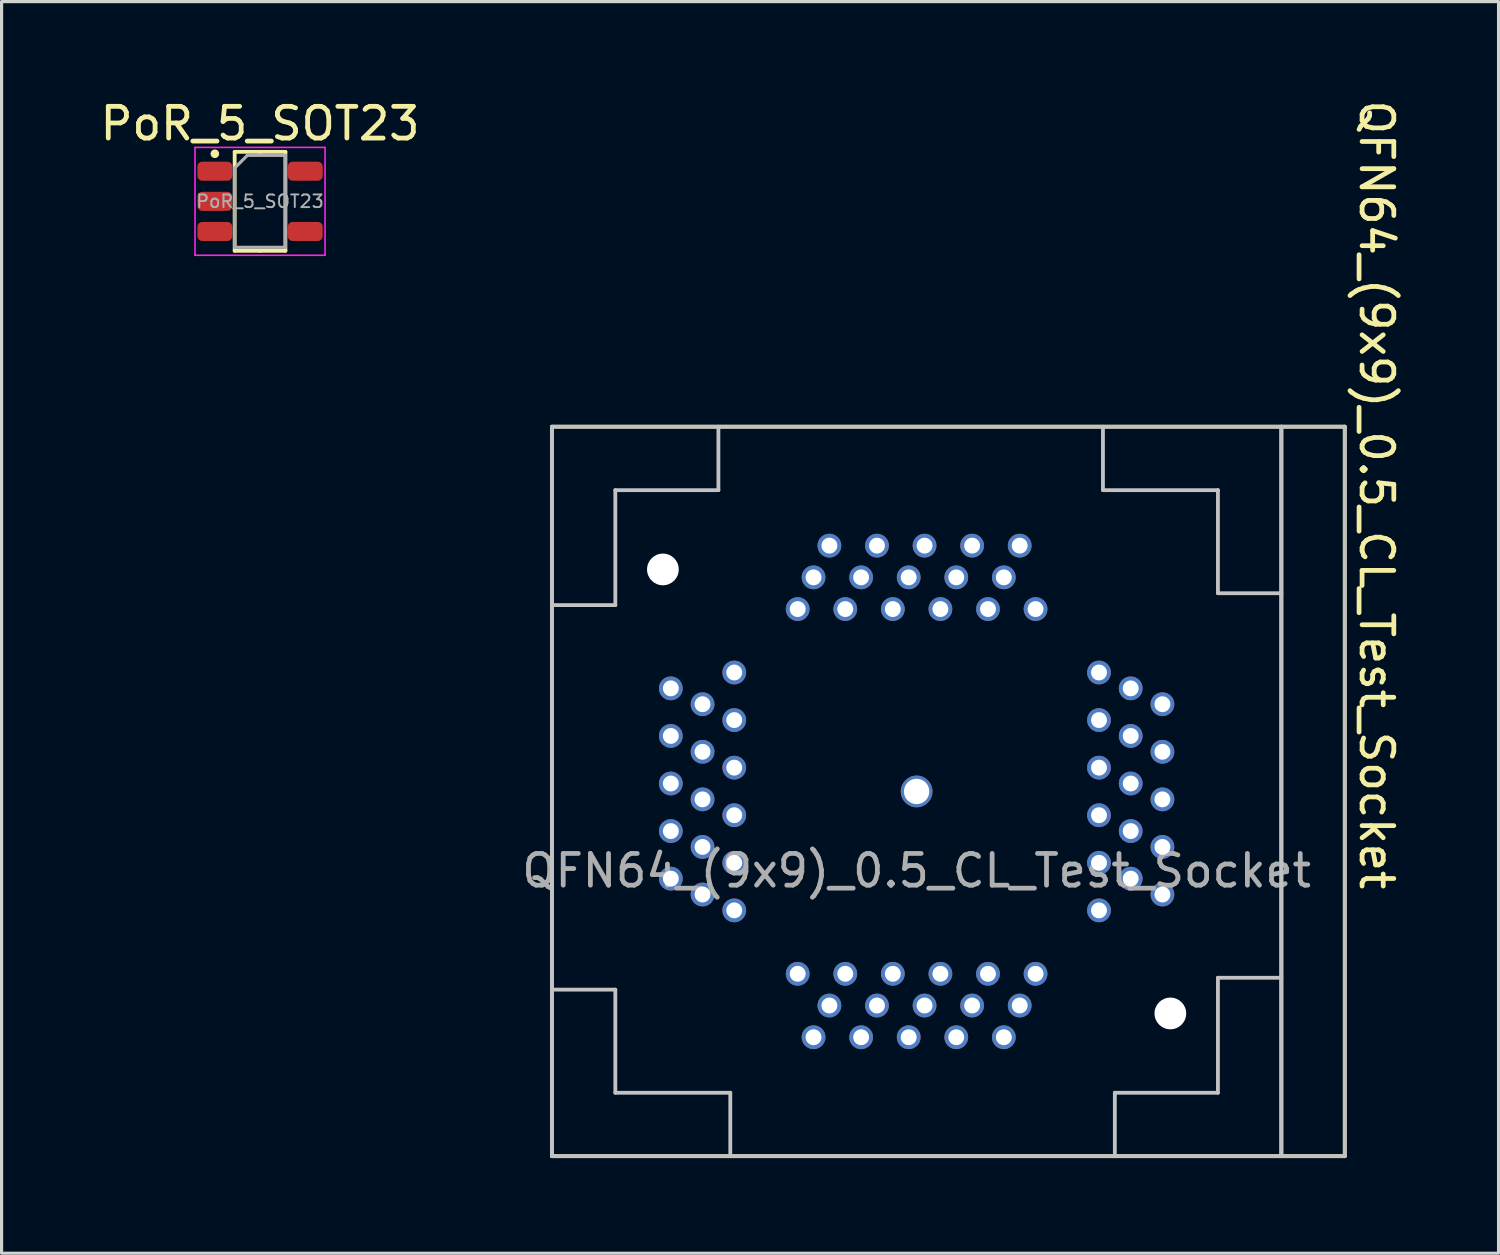
<source format=kicad_pcb>
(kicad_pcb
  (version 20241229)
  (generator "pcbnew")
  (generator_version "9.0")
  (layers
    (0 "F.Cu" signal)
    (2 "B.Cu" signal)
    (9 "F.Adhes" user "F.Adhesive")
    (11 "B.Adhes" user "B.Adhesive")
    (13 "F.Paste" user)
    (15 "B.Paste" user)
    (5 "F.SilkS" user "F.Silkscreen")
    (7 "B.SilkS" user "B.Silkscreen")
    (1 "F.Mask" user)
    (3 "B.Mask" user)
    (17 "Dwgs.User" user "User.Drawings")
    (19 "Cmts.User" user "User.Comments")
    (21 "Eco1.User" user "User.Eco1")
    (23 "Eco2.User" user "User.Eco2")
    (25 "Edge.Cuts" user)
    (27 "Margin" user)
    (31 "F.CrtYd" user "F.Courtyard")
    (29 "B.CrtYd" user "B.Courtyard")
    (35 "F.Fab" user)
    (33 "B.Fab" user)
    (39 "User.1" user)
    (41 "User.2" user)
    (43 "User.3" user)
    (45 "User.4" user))
  (footprint "PoR_5_SOT23"
    (layer "F.Cu")
    (at 5.149 3.298)
    (property "Reference" "PoR_5_SOT23" (at 0 -2.45 0) (layer "F.SilkS") (effects (font (size 1 1) (thickness 0.15))))
    (attr smd)
    (fp_line (start -0.8 -1.56) (end -0.8 1.56) (stroke (width 0.12) (type solid)) (layer "F.SilkS"))
    (fp_line (start 0 -1.56) (end 0.8 -1.56) (stroke (width 0.12) (type solid)) (layer "F.SilkS"))
    (fp_line (start 0 1.56) (end -0.8 1.56) (stroke (width 0.12) (type solid)) (layer "F.SilkS"))
    (fp_line (start 0 1.56) (end 0.8 1.56) (stroke (width 0.12) (type solid)) (layer "F.SilkS"))
    (fp_line (start 0.025 -1.56) (end -0.8 -1.56) (stroke (width 0.12) (type solid)) (layer "F.SilkS"))
    (fp_line (start 0.8 -1.56) (end 0.8 1.56) (stroke (width 0.12) (type solid)) (layer "F.SilkS"))
    (fp_circle (center -1.425 -1.5) (end -1.35 -1.5) (stroke (width 0.12) (type solid)) (fill yes) (layer "F.SilkS"))
    (fp_line (start -2.05 -1.7) (end -2.05 1.7) (stroke (width 0.05) (type solid)) (layer "F.CrtYd"))
    (fp_line (start -2.05 1.7) (end 2.05 1.7) (stroke (width 0.05) (type solid)) (layer "F.CrtYd"))
    (fp_line (start 2.05 -1.7) (end -2.05 -1.7) (stroke (width 0.05) (type solid)) (layer "F.CrtYd"))
    (fp_line (start 2.05 1.7) (end 2.05 -1.7) (stroke (width 0.05) (type solid)) (layer "F.CrtYd"))
    (fp_line (start -0.8 -1.05) (end -0.4 -1.45) (stroke (width 0.1) (type solid)) (layer "F.Fab"))
    (fp_line (start -0.8 1.45) (end -0.8 -1.05) (stroke (width 0.1) (type solid)) (layer "F.Fab"))
    (fp_line (start -0.4 -1.45) (end 0.8 -1.45) (stroke (width 0.1) (type solid)) (layer "F.Fab"))
    (fp_line (start 0.8 -1.45) (end 0.8 1.45) (stroke (width 0.1) (type solid)) (layer "F.Fab"))
    (fp_line (start 0.8 1.45) (end -0.8 1.45) (stroke (width 0.1) (type solid)) (layer "F.Fab"))
    (fp_text user "${REFERENCE}" (at 0 0 0) (layer "F.Fab") (effects (font (size 0.4 0.4) (thickness 0.06))))
    (pad "1" smd roundrect (at -1.425 -0.95) (size 1.1 0.6) (layers "F.Cu" "F.Mask" "F.Paste") (roundrect_rratio 0.25))
    (pad "2" smd roundrect (at -1.425 0) (size 1.1 0.6) (layers "F.Cu" "F.Mask" "F.Paste") (roundrect_rratio 0.25))
    (pad "3" smd roundrect (at -1.425 0.95) (size 1.1 0.6) (layers "F.Cu" "F.Mask" "F.Paste") (roundrect_rratio 0.25))
    (pad "4" smd roundrect (at 1.425 0.95) (size 1.1 0.6) (layers "F.Cu" "F.Mask" "F.Paste") (roundrect_rratio 0.25))
    (pad "5" smd roundrect (at 1.425 -0.95) (size 1.1 0.6) (layers "F.Cu" "F.Mask" "F.Paste") (roundrect_rratio 0.25)))
  (footprint "QFN64_(9x9)_0.5_CL_Test_Socket"
    (layer "F.Cu")
    (at 25.851 21.904)
    (property "Reference" "QFN64_(9x9)_0.5_CL_Test_Socket" (at 14.5 -9.35 270) (unlocked yes) (layer "F.SilkS") (effects (font (size 1 1) (thickness 0.15))))
    (attr through_hole)
    (fp_line (start 11.5 -11.5) (end 13.5 -11.5) (stroke (width 0.12) (type solid)) (layer "F.SilkS"))
    (fp_line (start 13.5 -11.5) (end 13.5 11.5) (stroke (width 0.12) (type solid)) (layer "F.SilkS"))
    (fp_line (start 13.5 11.5) (end 11.5 11.5) (stroke (width 0.12) (type solid)) (layer "F.SilkS"))
    (fp_rect (start -11.5 -11.5) (end 11.5 11.5) (stroke (width 0.12) (type solid)) (fill no) (layer "F.SilkS"))
    (fp_line (start -11.5 -11.5) (end 13.5 -11.5) (stroke (width 0.12) (type solid)) (layer "Dwgs.User"))
    (fp_line (start -11.5 -5.875) (end -9.5 -5.875) (stroke (width 0.12) (type solid)) (layer "Dwgs.User"))
    (fp_line (start -11.5 6.25) (end -9.5 6.25) (stroke (width 0.12) (type solid)) (layer "Dwgs.User"))
    (fp_line (start -11.5 11.5) (end -11.5 -11.5) (stroke (width 0.12) (type solid)) (layer "Dwgs.User"))
    (fp_line (start -11.5 11.5) (end 13.5 11.5) (stroke (width 0.12) (type solid)) (layer "Dwgs.User"))
    (fp_line (start -9.5 -9.5) (end -6.25 -9.5) (stroke (width 0.12) (type solid)) (layer "Dwgs.User"))
    (fp_line (start -9.5 -5.875) (end -9.5 -9.5) (stroke (width 0.12) (type solid)) (layer "Dwgs.User"))
    (fp_line (start -9.5 9.5) (end -9.5 6.25) (stroke (width 0.12) (type solid)) (layer "Dwgs.User"))
    (fp_line (start -6.25 -11.5) (end -6.25 -9.5) (stroke (width 0.12) (type solid)) (layer "Dwgs.User"))
    (fp_line (start -5.875 9.5) (end -9.5 9.5) (stroke (width 0.12) (type solid)) (layer "Dwgs.User"))
    (fp_line (start -5.875 11.5) (end -5.875 9.5) (stroke (width 0.12) (type solid)) (layer "Dwgs.User"))
    (fp_line (start 5.875 -11.5) (end 5.875 -9.5) (stroke (width 0.12) (type solid)) (layer "Dwgs.User"))
    (fp_line (start 5.875 -9.5) (end 9.5 -9.5) (stroke (width 0.12) (type solid)) (layer "Dwgs.User"))
    (fp_line (start 6.25 11.5) (end 6.25 9.5) (stroke (width 0.12) (type solid)) (layer "Dwgs.User"))
    (fp_line (start 9.5 -9.5) (end 9.5 -6.25) (stroke (width 0.12) (type solid)) (layer "Dwgs.User"))
    (fp_line (start 9.5 5.875) (end 9.5 9.5) (stroke (width 0.12) (type solid)) (layer "Dwgs.User"))
    (fp_line (start 9.5 9.5) (end 6.25 9.5) (stroke (width 0.12) (type solid)) (layer "Dwgs.User"))
    (fp_line (start 11.5 -6.25) (end 9.5 -6.25) (stroke (width 0.12) (type solid)) (layer "Dwgs.User"))
    (fp_line (start 11.5 5.875) (end 9.5 5.875) (stroke (width 0.12) (type solid)) (layer "Dwgs.User"))
    (fp_line (start 11.5 11.5) (end 11.5 -11.5) (stroke (width 0.12) (type solid)) (layer "Dwgs.User"))
    (fp_line (start 13.5 11.5) (end 13.5 -11.5) (stroke (width 0.12) (type solid)) (layer "Dwgs.User"))
    (fp_rect (start -11.5 -11.5) (end 13.5 11.5) (stroke (width 0.05) (type solid)) (fill no) (layer "F.CrtYd"))
    (fp_text user "${REFERENCE}" (at 0 2.5 0) (unlocked yes) (layer "F.Fab") (effects (font (size 1 1) (thickness 0.15))))
    (pad "" np_thru_hole circle (at -8 -7) (size 1 1) (drill 1.45) (layers "*.Cu" "*.Mask"))
    (pad "" np_thru_hole circle (at 8 7) (size 1 1) (drill 1.45) (layers "*.Cu" "*.Mask"))
    (pad "1" thru_hole circle (at -5.75 -3.75) (size 0.75 0.75) (drill 0.5) (layers "*.Cu" "*.Mask"))
    (pad "2" thru_hole circle (at -7.75 -3.25) (size 0.75 0.75) (drill 0.5) (layers "*.Cu" "*.Mask"))
    (pad "3" thru_hole circle (at -6.75 -2.75) (size 0.75 0.75) (drill 0.5) (layers "*.Cu" "*.Mask"))
    (pad "4" thru_hole circle (at -5.75 -2.25) (size 0.75 0.75) (drill 0.5) (layers "*.Cu" "*.Mask"))
    (pad "5" thru_hole circle (at -7.75 -1.75) (size 0.75 0.75) (drill 0.5) (layers "*.Cu" "*.Mask"))
    (pad "6" thru_hole circle (at -6.75 -1.25) (size 0.75 0.75) (drill 0.5) (layers "*.Cu" "*.Mask"))
    (pad "7" thru_hole circle (at -5.75 -0.75) (size 0.75 0.75) (drill 0.5) (layers "*.Cu" "*.Mask"))
    (pad "8" thru_hole circle (at -7.75 -0.25) (size 0.75 0.75) (drill 0.5) (layers "*.Cu" "*.Mask"))
    (pad "9" thru_hole circle (at -6.75 0.25) (size 0.75 0.75) (drill 0.5) (layers "*.Cu" "*.Mask"))
    (pad "10" thru_hole circle (at -5.75 0.75) (size 0.75 0.75) (drill 0.5) (layers "*.Cu" "*.Mask"))
    (pad "11" thru_hole circle (at -7.75 1.25) (size 0.75 0.75) (drill 0.5) (layers "*.Cu" "*.Mask"))
    (pad "12" thru_hole circle (at -6.75 1.75) (size 0.75 0.75) (drill 0.5) (layers "*.Cu" "*.Mask"))
    (pad "13" thru_hole circle (at -5.75 2.25) (size 0.75 0.75) (drill 0.5) (layers "*.Cu" "*.Mask"))
    (pad "14" thru_hole circle (at -7.75 2.75) (size 0.75 0.75) (drill 0.5) (layers "*.Cu" "*.Mask"))
    (pad "15" thru_hole circle (at -6.75 3.25) (size 0.75 0.75) (drill 0.5) (layers "*.Cu" "*.Mask"))
    (pad "16" thru_hole circle (at -5.75 3.75) (size 0.75 0.75) (drill 0.5) (layers "*.Cu" "*.Mask"))
    (pad "17" thru_hole circle (at -3.75 5.75) (size 0.75 0.75) (drill 0.5) (layers "*.Cu" "*.Mask"))
    (pad "18" thru_hole circle (at -3.25 7.75) (size 0.75 0.75) (drill 0.5) (layers "*.Cu" "*.Mask"))
    (pad "19" thru_hole circle (at -2.75 6.75) (size 0.75 0.75) (drill 0.5) (layers "*.Cu" "*.Mask"))
    (pad "20" thru_hole circle (at -2.25 5.75) (size 0.75 0.75) (drill 0.5) (layers "*.Cu" "*.Mask"))
    (pad "21" thru_hole circle (at -1.75 7.75) (size 0.75 0.75) (drill 0.5) (layers "*.Cu" "*.Mask"))
    (pad "22" thru_hole circle (at -1.25 6.75) (size 0.75 0.75) (drill 0.5) (layers "*.Cu" "*.Mask"))
    (pad "23" thru_hole circle (at -0.75 5.75) (size 0.75 0.75) (drill 0.5) (layers "*.Cu" "*.Mask"))
    (pad "24" thru_hole circle (at -0.25 7.75) (size 0.75 0.75) (drill 0.5) (layers "*.Cu" "*.Mask"))
    (pad "25" thru_hole circle (at 0.25 6.75) (size 0.75 0.75) (drill 0.5) (layers "*.Cu" "*.Mask"))
    (pad "26" thru_hole circle (at 0.75 5.75) (size 0.75 0.75) (drill 0.5) (layers "*.Cu" "*.Mask"))
    (pad "27" thru_hole circle (at 1.25 7.75) (size 0.75 0.75) (drill 0.5) (layers "*.Cu" "*.Mask"))
    (pad "28" thru_hole circle (at 1.75 6.75) (size 0.75 0.75) (drill 0.5) (layers "*.Cu" "*.Mask"))
    (pad "29" thru_hole circle (at 2.25 5.75) (size 0.75 0.75) (drill 0.5) (layers "*.Cu" "*.Mask"))
    (pad "30" thru_hole circle (at 2.75 7.75) (size 0.75 0.75) (drill 0.5) (layers "*.Cu" "*.Mask"))
    (pad "31" thru_hole circle (at 3.25 6.75) (size 0.75 0.75) (drill 0.5) (layers "*.Cu" "*.Mask"))
    (pad "32" thru_hole circle (at 3.75 5.75) (size 0.75 0.75) (drill 0.5) (layers "*.Cu" "*.Mask"))
    (pad "33" thru_hole circle (at 5.75 3.75) (size 0.75 0.75) (drill 0.5) (layers "*.Cu" "*.Mask"))
    (pad "34" thru_hole circle (at 7.75 3.25) (size 0.75 0.75) (drill 0.5) (layers "*.Cu" "*.Mask"))
    (pad "35" thru_hole circle (at 6.75 2.75) (size 0.75 0.75) (drill 0.5) (layers "*.Cu" "*.Mask"))
    (pad "36" thru_hole circle (at 5.75 2.25) (size 0.75 0.75) (drill 0.5) (layers "*.Cu" "*.Mask"))
    (pad "37" thru_hole circle (at 7.75 1.75) (size 0.75 0.75) (drill 0.5) (layers "*.Cu" "*.Mask"))
    (pad "38" thru_hole circle (at 6.75 1.25) (size 0.75 0.75) (drill 0.5) (layers "*.Cu" "*.Mask"))
    (pad "39" thru_hole circle (at 5.75 0.75) (size 0.75 0.75) (drill 0.5) (layers "*.Cu" "*.Mask"))
    (pad "40" thru_hole circle (at 7.75 0.25) (size 0.75 0.75) (drill 0.5) (layers "*.Cu" "*.Mask"))
    (pad "41" thru_hole circle (at 6.75 -0.25) (size 0.75 0.75) (drill 0.5) (layers "*.Cu" "*.Mask"))
    (pad "42" thru_hole circle (at 5.75 -0.75) (size 0.75 0.75) (drill 0.5) (layers "*.Cu" "*.Mask"))
    (pad "43" thru_hole circle (at 7.75 -1.25) (size 0.75 0.75) (drill 0.5) (layers "*.Cu" "*.Mask"))
    (pad "44" thru_hole circle (at 6.75 -1.75) (size 0.75 0.75) (drill 0.5) (layers "*.Cu" "*.Mask"))
    (pad "45" thru_hole circle (at 5.75 -2.25) (size 0.75 0.75) (drill 0.5) (layers "*.Cu" "*.Mask"))
    (pad "46" thru_hole circle (at 7.75 -2.75) (size 0.75 0.75) (drill 0.5) (layers "*.Cu" "*.Mask"))
    (pad "47" thru_hole circle (at 6.75 -3.25) (size 0.75 0.75) (drill 0.5) (layers "*.Cu" "*.Mask"))
    (pad "48" thru_hole circle (at 5.75 -3.75) (size 0.75 0.75) (drill 0.5) (layers "*.Cu" "*.Mask"))
    (pad "49" thru_hole circle (at 3.75 -5.75) (size 0.75 0.75) (drill 0.5) (layers "*.Cu" "*.Mask"))
    (pad "50" thru_hole circle (at 3.25 -7.75) (size 0.75 0.75) (drill 0.5) (layers "*.Cu" "*.Mask"))
    (pad "51" thru_hole circle (at 2.75 -6.75) (size 0.75 0.75) (drill 0.5) (layers "*.Cu" "*.Mask"))
    (pad "52" thru_hole circle (at 2.25 -5.75) (size 0.75 0.75) (drill 0.5) (layers "*.Cu" "*.Mask"))
    (pad "53" thru_hole circle (at 1.75 -7.75) (size 0.75 0.75) (drill 0.5) (layers "*.Cu" "*.Mask"))
    (pad "54" thru_hole circle (at 1.25 -6.75) (size 0.75 0.75) (drill 0.5) (layers "*.Cu" "*.Mask"))
    (pad "55" thru_hole circle (at 0.75 -5.75) (size 0.75 0.75) (drill 0.5) (layers "*.Cu" "*.Mask"))
    (pad "56" thru_hole circle (at 0.25 -7.75) (size 0.75 0.75) (drill 0.5) (layers "*.Cu" "*.Mask"))
    (pad "57" thru_hole circle (at -0.25 -6.75) (size 0.75 0.75) (drill 0.5) (layers "*.Cu" "*.Mask"))
    (pad "58" thru_hole circle (at -0.75 -5.75) (size 0.75 0.75) (drill 0.5) (layers "*.Cu" "*.Mask"))
    (pad "59" thru_hole circle (at -1.25 -7.75) (size 0.75 0.75) (drill 0.5) (layers "*.Cu" "*.Mask"))
    (pad "60" thru_hole circle (at -1.75 -6.75) (size 0.75 0.75) (drill 0.5) (layers "*.Cu" "*.Mask"))
    (pad "61" thru_hole circle (at -2.25 -5.75) (size 0.75 0.75) (drill 0.5) (layers "*.Cu" "*.Mask"))
    (pad "62" thru_hole circle (at -2.75 -7.75) (size 0.75 0.75) (drill 0.5) (layers "*.Cu" "*.Mask"))
    (pad "63" thru_hole circle (at -3.25 -6.75) (size 0.75 0.75) (drill 0.5) (layers "*.Cu" "*.Mask"))
    (pad "64" thru_hole circle (at -3.75 -5.75) (size 0.75 0.75) (drill 0.5) (layers "*.Cu" "*.Mask"))
    (pad "65" thru_hole circle (at 0 0) (size 1 1) (drill 0.8) (layers "*.Cu" "*.Mask"))
    (zone (net_name "") (layers "F.Cu" "F.Mask" "B.Cu" "B.Mask" "F.SilkS" "B.SilkS" "F.Adhes" "B.Adhes" "F.Paste" "B.Paste" "Dwgs.User") (name "Keepout") (hatch full 0.508) (connect_pads) (min_thickness 0.254) (filled_areas_thickness no) (keepout (tracks not_allowed) (vias not_allowed) (pads not_allowed) (copperpour not_allowed) (footprints not_allowed)) (placement (enabled no)) (fill) (polygon (pts (xy 14.326 28.154) (xy 16.351 28.154) (xy 16.351 31.404) (xy 19.976 31.404) (xy 19.976 33.404) (xy 14.351 33.404))))
    (zone (net_name "") (layers "F.Cu" "F.Mask" "B.Cu" "B.Mask" "F.SilkS" "B.SilkS" "F.Adhes" "B.Adhes" "F.Paste" "B.Paste" "Dwgs.User") (name "Keepout") (hatch full 0.508) (connect_pads) (min_thickness 0.254) (filled_areas_thickness no) (keepout (tracks not_allowed) (vias not_allowed) (pads not_allowed) (copperpour not_allowed) (footprints not_allowed)) (placement (enabled no)) (fill) (polygon (pts (xy 19.601 10.379) (xy 19.601 12.404) (xy 16.351 12.404) (xy 16.351 16.029) (xy 14.351 16.029) (xy 14.351 10.404))))
    (zone (net_name "") (layers "F.Cu" "F.Mask" "B.Cu" "B.Mask" "F.SilkS" "B.SilkS" "F.Adhes" "B.Adhes" "F.Paste" "B.Paste" "Dwgs.User") (name "Keepout") (hatch full 0.508) (connect_pads) (min_thickness 0.254) (filled_areas_thickness no) (keepout (tracks not_allowed) (vias not_allowed) (pads not_allowed) (copperpour not_allowed) (footprints not_allowed)) (placement (enabled no)) (fill) (polygon (pts (xy 32.101 33.429) (xy 32.101 31.404) (xy 35.351 31.404) (xy 35.351 27.779) (xy 37.351 27.779) (xy 37.351 33.404))))
    (zone (net_name "") (layers "F.Cu" "F.Mask" "B.Cu" "B.Mask" "F.SilkS" "B.SilkS" "F.Adhes" "B.Adhes" "F.Paste" "B.Paste" "Dwgs.User") (name "Keepout") (hatch full 0.508) (connect_pads) (min_thickness 0.254) (filled_areas_thickness no) (keepout (tracks not_allowed) (vias not_allowed) (pads not_allowed) (copperpour not_allowed) (footprints not_allowed)) (placement (enabled no)) (fill) (polygon (pts (xy 37.376 15.654) (xy 35.351 15.654) (xy 35.351 12.404) (xy 31.726 12.404) (xy 31.726 10.404) (xy 37.351 10.404))))
    (zone (net_name "") (layers "F.Cu" "F.Mask" "B.Cu" "B.Mask" "F.SilkS" "B.SilkS" "F.Adhes" "B.Adhes" "F.Paste" "B.Paste" "Dwgs.User") (name "Keepout ground") (hatch full 0.508) (connect_pads) (min_thickness 0.254) (filled_areas_thickness no) (keepout (tracks not_allowed) (vias not_allowed) (pads allowed) (copperpour allowed) (footprints allowed)) (placement (enabled no)) (fill) (polygon (pts (xy 27.106 21.899) (xy 27.087 21.681) (xy 27.03 21.47) (xy 26.938 21.271) (xy 26.812 21.092) (xy 26.658 20.938) (xy 26.479 20.812) (xy 26.28 20.72) (xy 26.069 20.663) (xy 25.851 20.644) (xy 25.633 20.663) (xy 25.422 20.72) (xy 25.224 20.812) (xy 25.045 20.938) (xy 24.89 21.092) (xy 24.765 21.271) (xy 24.672 21.47) (xy 24.615 21.681) (xy 24.596 21.899) (xy 24.615 22.117) (xy 24.672 22.328) (xy 24.765 22.526) (xy 24.89 22.705) (xy 25.045 22.86) (xy 25.224 22.985) (xy 25.422 23.078) (xy 25.633 23.135) (xy 25.851 23.154) (xy 26.069 23.135) (xy 26.28 23.078) (xy 26.479 22.985) (xy 26.658 22.86) (xy 26.812 22.705) (xy 26.938 22.526) (xy 27.03 22.328) (xy 27.087 22.117)))))
  (gr_rect
    (start -3 -3)
    (end 44.199 36.464)
    (stroke (width 0.1) (type default))
    (fill no)
    (layer "Edge.Cuts")))
</source>
